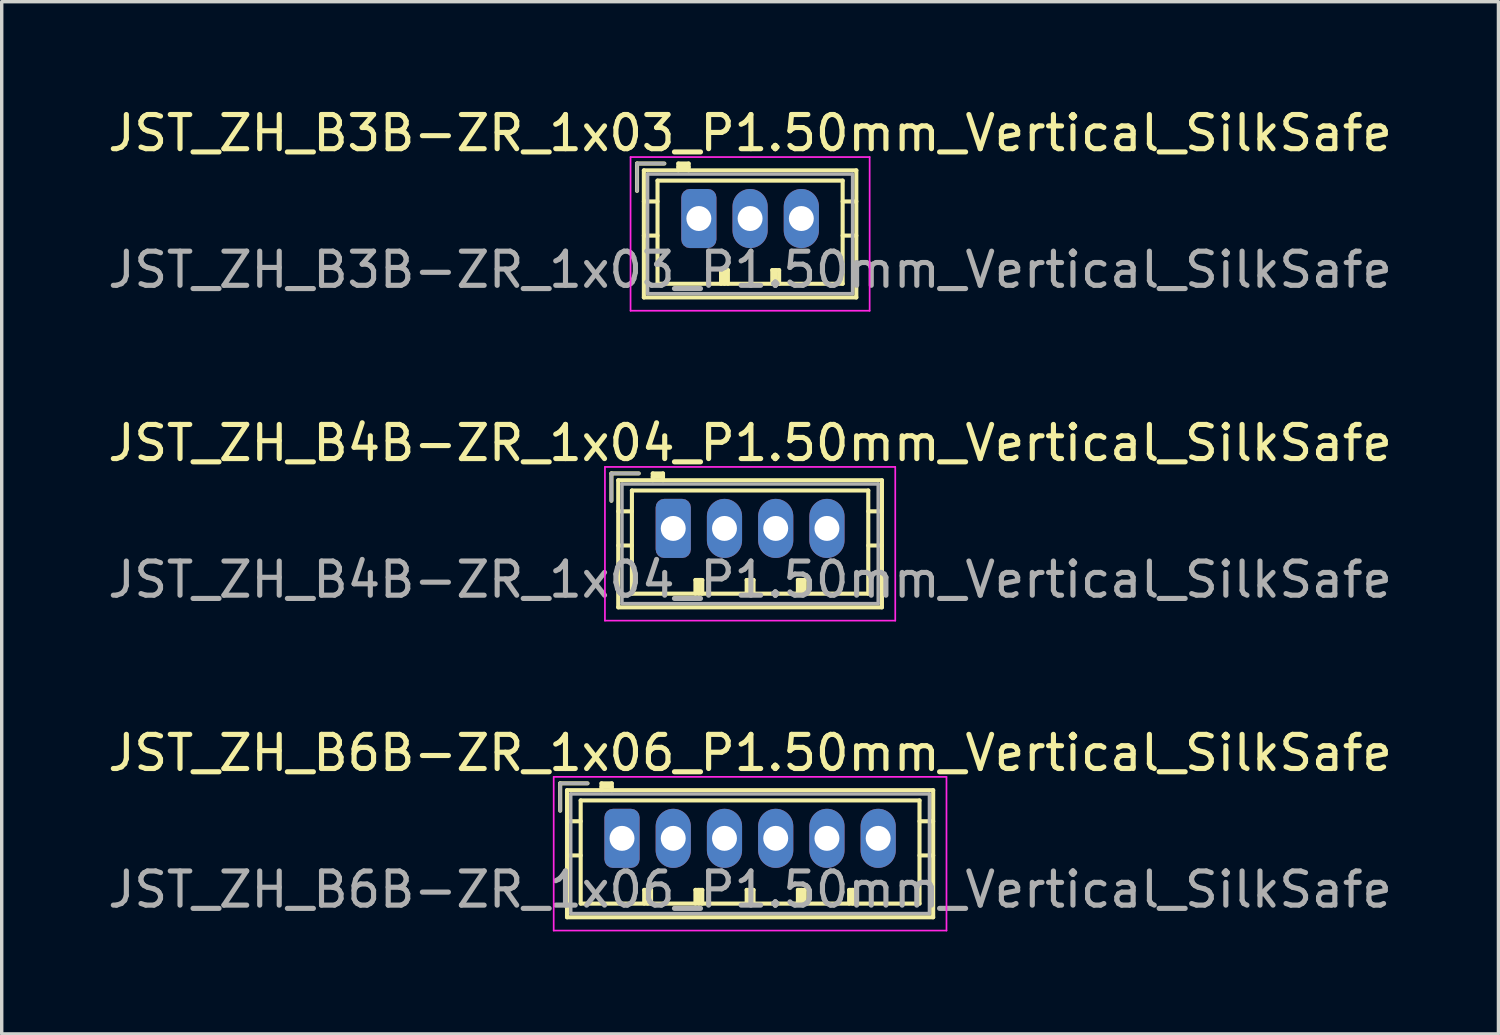
<source format=kicad_pcb>
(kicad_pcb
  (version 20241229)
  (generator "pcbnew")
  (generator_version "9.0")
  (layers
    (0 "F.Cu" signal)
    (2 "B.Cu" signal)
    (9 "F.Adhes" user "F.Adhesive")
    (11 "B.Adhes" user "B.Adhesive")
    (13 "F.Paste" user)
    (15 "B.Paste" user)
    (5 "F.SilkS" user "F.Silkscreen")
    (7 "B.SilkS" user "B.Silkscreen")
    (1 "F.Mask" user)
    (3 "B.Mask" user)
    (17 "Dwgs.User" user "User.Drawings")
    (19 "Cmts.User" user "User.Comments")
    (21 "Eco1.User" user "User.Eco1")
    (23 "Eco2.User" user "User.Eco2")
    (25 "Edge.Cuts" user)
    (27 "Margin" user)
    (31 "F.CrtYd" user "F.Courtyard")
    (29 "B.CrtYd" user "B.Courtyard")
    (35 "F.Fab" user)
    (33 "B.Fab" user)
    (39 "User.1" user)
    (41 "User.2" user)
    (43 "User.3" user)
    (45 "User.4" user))
  (footprint "JST_ZH_B4B-ZR_1x04_P1.50mm_Vertical_SilkSafe"
    (layer "F.Cu")
    (at 16.661 12.421)
    (property "Reference" "JST_ZH_B4B-ZR_1x04_P1.50mm_Vertical_SilkSafe" (at 2.25 -2.5 0) (layer "F.SilkS") (effects (font (size 1 1) (thickness 0.15))))
    (attr through_hole)
    (fp_line (start -1.81 -1.61) (end -1.81 -0.81) (stroke (width 0.12) (type solid)) (layer "F.SilkS"))
    (fp_line (start -1.61 -1.41) (end -1.61 2.31) (stroke (width 0.12) (type solid)) (layer "F.SilkS"))
    (fp_line (start -1.61 -0.5) (end -1.21 -0.5) (stroke (width 0.12) (type solid)) (layer "F.SilkS"))
    (fp_line (start -1.61 0.5) (end -1.21 0.5) (stroke (width 0.12) (type solid)) (layer "F.SilkS"))
    (fp_line (start -1.61 2.31) (end 6.11 2.31) (stroke (width 0.12) (type solid)) (layer "F.SilkS"))
    (fp_line (start -1.21 -1.11) (end -1.21 1.91) (stroke (width 0.12) (type solid)) (layer "F.SilkS"))
    (fp_line (start -1.21 1.91) (end 5.71 1.91) (stroke (width 0.12) (type solid)) (layer "F.SilkS"))
    (fp_line (start -1.01 -1.61) (end -1.81 -1.61) (stroke (width 0.12) (type solid)) (layer "F.SilkS"))
    (fp_line (start -0.6 -1.61) (end -0.6 -1.41) (stroke (width 0.12) (type solid)) (layer "F.SilkS"))
    (fp_line (start -0.3 -1.61) (end -0.6 -1.61) (stroke (width 0.12) (type solid)) (layer "F.SilkS"))
    (fp_line (start -0.3 -1.51) (end -0.6 -1.51) (stroke (width 0.12) (type solid)) (layer "F.SilkS"))
    (fp_line (start -0.3 -1.41) (end -0.3 -1.61) (stroke (width 0.12) (type solid)) (layer "F.SilkS"))
    (fp_line (start 0.65 1.51) (end 0.85 1.51) (stroke (width 0.12) (type solid)) (layer "F.SilkS"))
    (fp_line (start 0.65 1.91) (end 0.65 1.51) (stroke (width 0.12) (type solid)) (layer "F.SilkS"))
    (fp_line (start 0.75 1.91) (end 0.75 1.51) (stroke (width 0.12) (type solid)) (layer "F.SilkS"))
    (fp_line (start 0.85 1.51) (end 0.85 1.91) (stroke (width 0.12) (type solid)) (layer "F.SilkS"))
    (fp_line (start 2.15 1.51) (end 2.35 1.51) (stroke (width 0.12) (type solid)) (layer "F.SilkS"))
    (fp_line (start 2.15 1.91) (end 2.15 1.51) (stroke (width 0.12) (type solid)) (layer "F.SilkS"))
    (fp_line (start 2.25 1.91) (end 2.25 1.51) (stroke (width 0.12) (type solid)) (layer "F.SilkS"))
    (fp_line (start 2.35 1.51) (end 2.35 1.91) (stroke (width 0.12) (type solid)) (layer "F.SilkS"))
    (fp_line (start 3.65 1.51) (end 3.85 1.51) (stroke (width 0.12) (type solid)) (layer "F.SilkS"))
    (fp_line (start 3.65 1.91) (end 3.65 1.51) (stroke (width 0.12) (type solid)) (layer "F.SilkS"))
    (fp_line (start 3.75 1.91) (end 3.75 1.51) (stroke (width 0.12) (type solid)) (layer "F.SilkS"))
    (fp_line (start 3.85 1.51) (end 3.85 1.91) (stroke (width 0.12) (type solid)) (layer "F.SilkS"))
    (fp_line (start 5.71 -1.11) (end -1.21 -1.11) (stroke (width 0.12) (type solid)) (layer "F.SilkS"))
    (fp_line (start 5.71 1.91) (end 5.71 -1.11) (stroke (width 0.12) (type solid)) (layer "F.SilkS"))
    (fp_line (start 6.11 -1.41) (end -1.61 -1.41) (stroke (width 0.12) (type solid)) (layer "F.SilkS"))
    (fp_line (start 6.11 -0.5) (end 5.71 -0.5) (stroke (width 0.12) (type solid)) (layer "F.SilkS"))
    (fp_line (start 6.11 0.5) (end 5.71 0.5) (stroke (width 0.12) (type solid)) (layer "F.SilkS"))
    (fp_line (start 6.11 2.31) (end 6.11 -1.41) (stroke (width 0.12) (type solid)) (layer "F.SilkS"))
    (fp_line (start -2 -1.8) (end -2 2.7) (stroke (width 0.05) (type solid)) (layer "F.CrtYd"))
    (fp_line (start -2 2.7) (end 6.5 2.7) (stroke (width 0.05) (type solid)) (layer "F.CrtYd"))
    (fp_line (start 6.5 -1.8) (end -2 -1.8) (stroke (width 0.05) (type solid)) (layer "F.CrtYd"))
    (fp_line (start 6.5 2.7) (end 6.5 -1.8) (stroke (width 0.05) (type solid)) (layer "F.CrtYd"))
    (fp_line (start -1.81 -1.61) (end -1.81 -0.81) (stroke (width 0.1) (type solid)) (layer "F.Fab"))
    (fp_line (start -1.5 -1.3) (end -1.5 2.2) (stroke (width 0.1) (type solid)) (layer "F.Fab"))
    (fp_line (start -1.5 2.2) (end 6 2.2) (stroke (width 0.1) (type solid)) (layer "F.Fab"))
    (fp_line (start -1.01 -1.61) (end -1.81 -1.61) (stroke (width 0.1) (type solid)) (layer "F.Fab"))
    (fp_line (start 6 -1.3) (end -1.5 -1.3) (stroke (width 0.1) (type solid)) (layer "F.Fab"))
    (fp_line (start 6 2.2) (end 6 -1.3) (stroke (width 0.1) (type solid)) (layer "F.Fab"))
    (fp_text user "${REFERENCE}" (at 2.25 1.5 0) (layer "F.Fab") (effects (font (size 1 1) (thickness 0.15))))
    (pad "1" thru_hole roundrect (at 0 0) (size 1.03 1.73) (drill 0.73) (layers "*.Cu" "*.Mask") (roundrect_rratio 0.243))
    (pad "2" thru_hole oval (at 1.5 0) (size 1.03 1.73) (drill 0.73) (layers "*.Cu" "*.Mask"))
    (pad "3" thru_hole oval (at 3 0) (size 1.03 1.73) (drill 0.73) (layers "*.Cu" "*.Mask"))
    (pad "4" thru_hole oval (at 4.5 0) (size 1.03 1.73) (drill 0.73) (layers "*.Cu" "*.Mask")))
  (footprint "JST_ZH_B3B-ZR_1x03_P1.50mm_Vertical_SilkSafe"
    (layer "F.Cu")
    (at 17.411 3.348)
    (property "Reference" "JST_ZH_B3B-ZR_1x03_P1.50mm_Vertical_SilkSafe" (at 1.5 -2.5 0) (layer "F.SilkS") (effects (font (size 1 1) (thickness 0.15))))
    (attr through_hole)
    (fp_line (start -1.81 -1.61) (end -1.81 -0.81) (stroke (width 0.12) (type solid)) (layer "F.SilkS"))
    (fp_line (start -1.61 -1.41) (end -1.61 2.31) (stroke (width 0.12) (type solid)) (layer "F.SilkS"))
    (fp_line (start -1.61 -0.5) (end -1.21 -0.5) (stroke (width 0.12) (type solid)) (layer "F.SilkS"))
    (fp_line (start -1.61 0.5) (end -1.21 0.5) (stroke (width 0.12) (type solid)) (layer "F.SilkS"))
    (fp_line (start -1.61 2.31) (end 4.61 2.31) (stroke (width 0.12) (type solid)) (layer "F.SilkS"))
    (fp_line (start -1.21 -1.11) (end -1.21 1.91) (stroke (width 0.12) (type solid)) (layer "F.SilkS"))
    (fp_line (start -1.21 1.91) (end 4.21 1.91) (stroke (width 0.12) (type solid)) (layer "F.SilkS"))
    (fp_line (start -1.01 -1.61) (end -1.81 -1.61) (stroke (width 0.12) (type solid)) (layer "F.SilkS"))
    (fp_line (start -0.6 -1.61) (end -0.6 -1.41) (stroke (width 0.12) (type solid)) (layer "F.SilkS"))
    (fp_line (start -0.3 -1.61) (end -0.6 -1.61) (stroke (width 0.12) (type solid)) (layer "F.SilkS"))
    (fp_line (start -0.3 -1.51) (end -0.6 -1.51) (stroke (width 0.12) (type solid)) (layer "F.SilkS"))
    (fp_line (start -0.3 -1.41) (end -0.3 -1.61) (stroke (width 0.12) (type solid)) (layer "F.SilkS"))
    (fp_line (start 0.65 1.51) (end 0.85 1.51) (stroke (width 0.12) (type solid)) (layer "F.SilkS"))
    (fp_line (start 0.65 1.91) (end 0.65 1.51) (stroke (width 0.12) (type solid)) (layer "F.SilkS"))
    (fp_line (start 0.75 1.91) (end 0.75 1.51) (stroke (width 0.12) (type solid)) (layer "F.SilkS"))
    (fp_line (start 0.85 1.51) (end 0.85 1.91) (stroke (width 0.12) (type solid)) (layer "F.SilkS"))
    (fp_line (start 2.15 1.51) (end 2.35 1.51) (stroke (width 0.12) (type solid)) (layer "F.SilkS"))
    (fp_line (start 2.15 1.91) (end 2.15 1.51) (stroke (width 0.12) (type solid)) (layer "F.SilkS"))
    (fp_line (start 2.25 1.91) (end 2.25 1.51) (stroke (width 0.12) (type solid)) (layer "F.SilkS"))
    (fp_line (start 2.35 1.51) (end 2.35 1.91) (stroke (width 0.12) (type solid)) (layer "F.SilkS"))
    (fp_line (start 4.21 -1.11) (end -1.21 -1.11) (stroke (width 0.12) (type solid)) (layer "F.SilkS"))
    (fp_line (start 4.21 1.91) (end 4.21 -1.11) (stroke (width 0.12) (type solid)) (layer "F.SilkS"))
    (fp_line (start 4.61 -1.41) (end -1.61 -1.41) (stroke (width 0.12) (type solid)) (layer "F.SilkS"))
    (fp_line (start 4.61 -0.5) (end 4.21 -0.5) (stroke (width 0.12) (type solid)) (layer "F.SilkS"))
    (fp_line (start 4.61 0.5) (end 4.21 0.5) (stroke (width 0.12) (type solid)) (layer "F.SilkS"))
    (fp_line (start 4.61 2.31) (end 4.61 -1.41) (stroke (width 0.12) (type solid)) (layer "F.SilkS"))
    (fp_line (start -2 -1.8) (end -2 2.7) (stroke (width 0.05) (type solid)) (layer "F.CrtYd"))
    (fp_line (start -2 2.7) (end 5 2.7) (stroke (width 0.05) (type solid)) (layer "F.CrtYd"))
    (fp_line (start 5 -1.8) (end -2 -1.8) (stroke (width 0.05) (type solid)) (layer "F.CrtYd"))
    (fp_line (start 5 2.7) (end 5 -1.8) (stroke (width 0.05) (type solid)) (layer "F.CrtYd"))
    (fp_line (start -1.81 -1.61) (end -1.81 -0.81) (stroke (width 0.1) (type solid)) (layer "F.Fab"))
    (fp_line (start -1.5 -1.3) (end -1.5 2.2) (stroke (width 0.1) (type solid)) (layer "F.Fab"))
    (fp_line (start -1.5 2.2) (end 4.5 2.2) (stroke (width 0.1) (type solid)) (layer "F.Fab"))
    (fp_line (start -1.01 -1.61) (end -1.81 -1.61) (stroke (width 0.1) (type solid)) (layer "F.Fab"))
    (fp_line (start 4.5 -1.3) (end -1.5 -1.3) (stroke (width 0.1) (type solid)) (layer "F.Fab"))
    (fp_line (start 4.5 2.2) (end 4.5 -1.3) (stroke (width 0.1) (type solid)) (layer "F.Fab"))
    (fp_text user "${REFERENCE}" (at 1.5 1.5 0) (layer "F.Fab") (effects (font (size 1 1) (thickness 0.15))))
    (pad "1" thru_hole roundrect (at 0 0) (size 1.03 1.73) (drill 0.73) (layers "*.Cu" "*.Mask") (roundrect_rratio 0.243))
    (pad "2" thru_hole oval (at 1.5 0) (size 1.03 1.73) (drill 0.73) (layers "*.Cu" "*.Mask"))
    (pad "3" thru_hole oval (at 3 0) (size 1.03 1.73) (drill 0.73) (layers "*.Cu" "*.Mask")))
  (footprint "JST_ZH_B6B-ZR_1x06_P1.50mm_Vertical_SilkSafe"
    (layer "F.Cu")
    (at 15.161 21.495)
    (property "Reference" "JST_ZH_B6B-ZR_1x06_P1.50mm_Vertical_SilkSafe" (at 3.75 -2.5 0) (layer "F.SilkS") (effects (font (size 1 1) (thickness 0.15))))
    (attr through_hole)
    (fp_line (start -1.81 -1.61) (end -1.81 -0.81) (stroke (width 0.12) (type solid)) (layer "F.SilkS"))
    (fp_line (start -1.61 -1.41) (end -1.61 2.31) (stroke (width 0.12) (type solid)) (layer "F.SilkS"))
    (fp_line (start -1.61 -0.5) (end -1.21 -0.5) (stroke (width 0.12) (type solid)) (layer "F.SilkS"))
    (fp_line (start -1.61 0.5) (end -1.21 0.5) (stroke (width 0.12) (type solid)) (layer "F.SilkS"))
    (fp_line (start -1.61 2.31) (end 9.11 2.31) (stroke (width 0.12) (type solid)) (layer "F.SilkS"))
    (fp_line (start -1.21 -1.11) (end -1.21 1.91) (stroke (width 0.12) (type solid)) (layer "F.SilkS"))
    (fp_line (start -1.21 1.91) (end 8.71 1.91) (stroke (width 0.12) (type solid)) (layer "F.SilkS"))
    (fp_line (start -1.01 -1.61) (end -1.81 -1.61) (stroke (width 0.12) (type solid)) (layer "F.SilkS"))
    (fp_line (start -0.6 -1.61) (end -0.6 -1.41) (stroke (width 0.12) (type solid)) (layer "F.SilkS"))
    (fp_line (start -0.3 -1.61) (end -0.6 -1.61) (stroke (width 0.12) (type solid)) (layer "F.SilkS"))
    (fp_line (start -0.3 -1.51) (end -0.6 -1.51) (stroke (width 0.12) (type solid)) (layer "F.SilkS"))
    (fp_line (start -0.3 -1.41) (end -0.3 -1.61) (stroke (width 0.12) (type solid)) (layer "F.SilkS"))
    (fp_line (start 0.65 1.51) (end 0.85 1.51) (stroke (width 0.12) (type solid)) (layer "F.SilkS"))
    (fp_line (start 0.65 1.91) (end 0.65 1.51) (stroke (width 0.12) (type solid)) (layer "F.SilkS"))
    (fp_line (start 0.75 1.91) (end 0.75 1.51) (stroke (width 0.12) (type solid)) (layer "F.SilkS"))
    (fp_line (start 0.85 1.51) (end 0.85 1.91) (stroke (width 0.12) (type solid)) (layer "F.SilkS"))
    (fp_line (start 2.15 1.51) (end 2.35 1.51) (stroke (width 0.12) (type solid)) (layer "F.SilkS"))
    (fp_line (start 2.15 1.91) (end 2.15 1.51) (stroke (width 0.12) (type solid)) (layer "F.SilkS"))
    (fp_line (start 2.25 1.91) (end 2.25 1.51) (stroke (width 0.12) (type solid)) (layer "F.SilkS"))
    (fp_line (start 2.35 1.51) (end 2.35 1.91) (stroke (width 0.12) (type solid)) (layer "F.SilkS"))
    (fp_line (start 3.65 1.51) (end 3.85 1.51) (stroke (width 0.12) (type solid)) (layer "F.SilkS"))
    (fp_line (start 3.65 1.91) (end 3.65 1.51) (stroke (width 0.12) (type solid)) (layer "F.SilkS"))
    (fp_line (start 3.75 1.91) (end 3.75 1.51) (stroke (width 0.12) (type solid)) (layer "F.SilkS"))
    (fp_line (start 3.85 1.51) (end 3.85 1.91) (stroke (width 0.12) (type solid)) (layer "F.SilkS"))
    (fp_line (start 5.15 1.51) (end 5.35 1.51) (stroke (width 0.12) (type solid)) (layer "F.SilkS"))
    (fp_line (start 5.15 1.91) (end 5.15 1.51) (stroke (width 0.12) (type solid)) (layer "F.SilkS"))
    (fp_line (start 5.25 1.91) (end 5.25 1.51) (stroke (width 0.12) (type solid)) (layer "F.SilkS"))
    (fp_line (start 5.35 1.51) (end 5.35 1.91) (stroke (width 0.12) (type solid)) (layer "F.SilkS"))
    (fp_line (start 6.65 1.51) (end 6.85 1.51) (stroke (width 0.12) (type solid)) (layer "F.SilkS"))
    (fp_line (start 6.65 1.91) (end 6.65 1.51) (stroke (width 0.12) (type solid)) (layer "F.SilkS"))
    (fp_line (start 6.75 1.91) (end 6.75 1.51) (stroke (width 0.12) (type solid)) (layer "F.SilkS"))
    (fp_line (start 6.85 1.51) (end 6.85 1.91) (stroke (width 0.12) (type solid)) (layer "F.SilkS"))
    (fp_line (start 8.71 -1.11) (end -1.21 -1.11) (stroke (width 0.12) (type solid)) (layer "F.SilkS"))
    (fp_line (start 8.71 1.91) (end 8.71 -1.11) (stroke (width 0.12) (type solid)) (layer "F.SilkS"))
    (fp_line (start 9.11 -1.41) (end -1.61 -1.41) (stroke (width 0.12) (type solid)) (layer "F.SilkS"))
    (fp_line (start 9.11 -0.5) (end 8.71 -0.5) (stroke (width 0.12) (type solid)) (layer "F.SilkS"))
    (fp_line (start 9.11 0.5) (end 8.71 0.5) (stroke (width 0.12) (type solid)) (layer "F.SilkS"))
    (fp_line (start 9.11 2.31) (end 9.11 -1.41) (stroke (width 0.12) (type solid)) (layer "F.SilkS"))
    (fp_line (start -2 -1.8) (end -2 2.7) (stroke (width 0.05) (type solid)) (layer "F.CrtYd"))
    (fp_line (start -2 2.7) (end 9.5 2.7) (stroke (width 0.05) (type solid)) (layer "F.CrtYd"))
    (fp_line (start 9.5 -1.8) (end -2 -1.8) (stroke (width 0.05) (type solid)) (layer "F.CrtYd"))
    (fp_line (start 9.5 2.7) (end 9.5 -1.8) (stroke (width 0.05) (type solid)) (layer "F.CrtYd"))
    (fp_line (start -1.81 -1.61) (end -1.81 -0.81) (stroke (width 0.1) (type solid)) (layer "F.Fab"))
    (fp_line (start -1.5 -1.3) (end -1.5 2.2) (stroke (width 0.1) (type solid)) (layer "F.Fab"))
    (fp_line (start -1.5 2.2) (end 9 2.2) (stroke (width 0.1) (type solid)) (layer "F.Fab"))
    (fp_line (start -1.01 -1.61) (end -1.81 -1.61) (stroke (width 0.1) (type solid)) (layer "F.Fab"))
    (fp_line (start 9 -1.3) (end -1.5 -1.3) (stroke (width 0.1) (type solid)) (layer "F.Fab"))
    (fp_line (start 9 2.2) (end 9 -1.3) (stroke (width 0.1) (type solid)) (layer "F.Fab"))
    (fp_text user "${REFERENCE}" (at 3.75 1.5 0) (layer "F.Fab") (effects (font (size 1 1) (thickness 0.15))))
    (pad "1" thru_hole roundrect (at 0 0) (size 1.03 1.73) (drill 0.73) (layers "*.Cu" "*.Mask") (roundrect_rratio 0.243))
    (pad "2" thru_hole oval (at 1.5 0) (size 1.03 1.73) (drill 0.73) (layers "*.Cu" "*.Mask"))
    (pad "3" thru_hole oval (at 3 0) (size 1.03 1.73) (drill 0.73) (layers "*.Cu" "*.Mask"))
    (pad "4" thru_hole oval (at 4.5 0) (size 1.03 1.73) (drill 0.73) (layers "*.Cu" "*.Mask"))
    (pad "5" thru_hole oval (at 6 0) (size 1.03 1.73) (drill 0.73) (layers "*.Cu" "*.Mask"))
    (pad "6" thru_hole oval (at 7.5 0) (size 1.03 1.73) (drill 0.73) (layers "*.Cu" "*.Mask")))
  (gr_rect
    (start -3 -3)
    (end 40.821 27.22)
    (stroke (width 0.1) (type default))
    (fill no)
    (layer "Edge.Cuts")))
</source>
